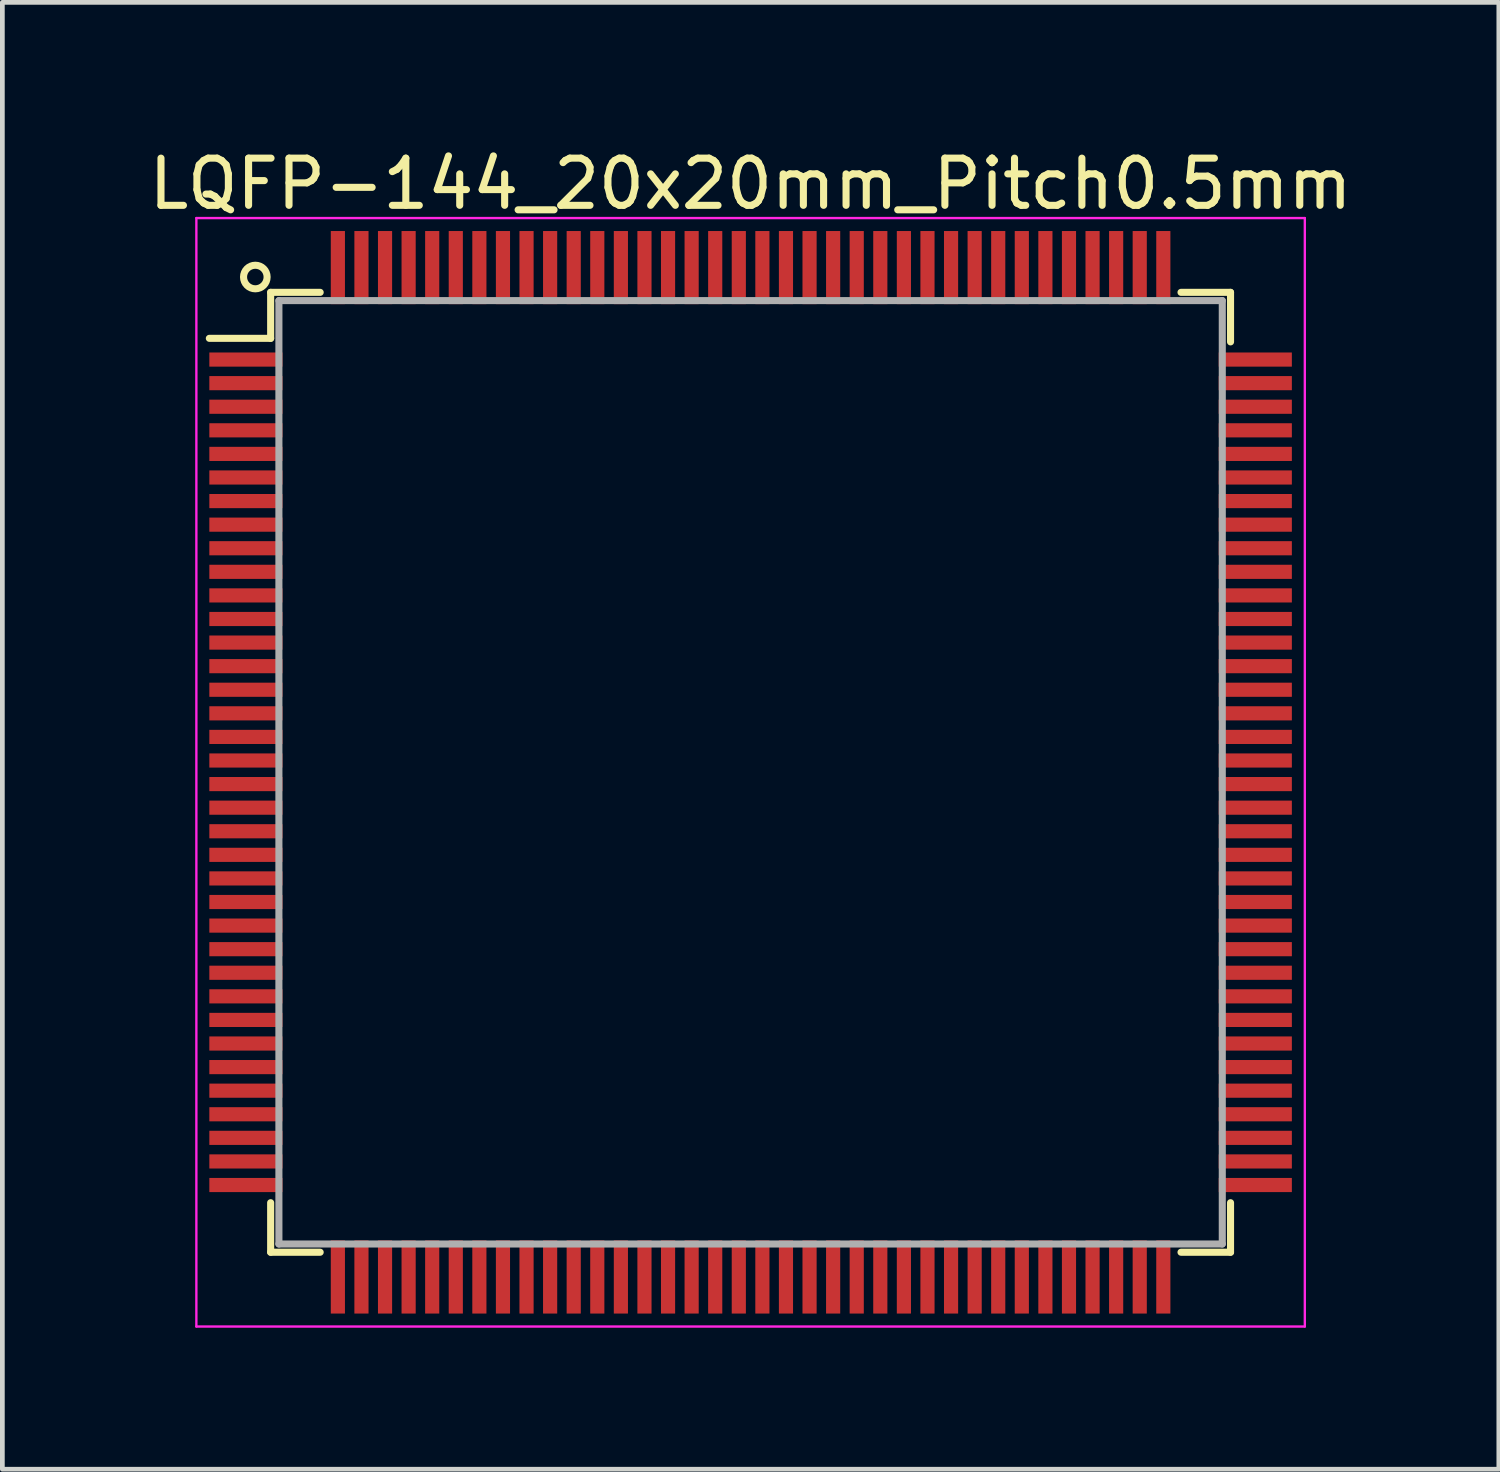
<source format=kicad_pcb>
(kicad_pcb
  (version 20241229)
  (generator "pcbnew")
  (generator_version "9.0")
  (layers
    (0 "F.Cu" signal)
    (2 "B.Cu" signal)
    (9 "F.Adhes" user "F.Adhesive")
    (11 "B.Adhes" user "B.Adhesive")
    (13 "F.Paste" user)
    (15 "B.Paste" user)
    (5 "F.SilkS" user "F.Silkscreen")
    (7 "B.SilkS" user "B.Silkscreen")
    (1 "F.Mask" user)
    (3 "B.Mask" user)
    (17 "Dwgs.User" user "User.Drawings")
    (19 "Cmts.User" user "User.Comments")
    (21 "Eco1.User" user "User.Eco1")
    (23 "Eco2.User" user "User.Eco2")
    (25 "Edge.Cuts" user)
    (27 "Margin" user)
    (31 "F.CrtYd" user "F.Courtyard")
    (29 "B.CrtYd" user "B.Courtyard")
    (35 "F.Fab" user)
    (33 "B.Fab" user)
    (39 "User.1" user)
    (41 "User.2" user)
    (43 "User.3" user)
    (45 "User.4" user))
  (footprint "LQFP-144_20x20mm_Pitch0.5mm"
    (layer "F.Cu")
    (at 12.863 13.323)
    (property "Reference" "LQFP-144_20x20mm_Pitch0.5mm" (at 0 -12.475 0) (layer "F.SilkS") (effects (font (size 1 1) (thickness 0.15))))
    (attr smd)
    (fp_line (start -10.175 -10.175) (end -10.175 -9.2) (stroke (width 0.15) (type solid)) (layer "F.SilkS"))
    (fp_line (start -10.175 -10.175) (end -9.125 -10.175) (stroke (width 0.15) (type solid)) (layer "F.SilkS"))
    (fp_line (start -10.175 -9.2) (end -11.475 -9.2) (stroke (width 0.15) (type solid)) (layer "F.SilkS"))
    (fp_line (start -10.175 10.175) (end -10.175 9.125) (stroke (width 0.15) (type solid)) (layer "F.SilkS"))
    (fp_line (start -10.175 10.175) (end -9.125 10.175) (stroke (width 0.15) (type solid)) (layer "F.SilkS"))
    (fp_line (start 10.175 -10.175) (end 9.125 -10.175) (stroke (width 0.15) (type solid)) (layer "F.SilkS"))
    (fp_line (start 10.175 -10.175) (end 10.175 -9.125) (stroke (width 0.15) (type solid)) (layer "F.SilkS"))
    (fp_line (start 10.175 10.175) (end 9.125 10.175) (stroke (width 0.15) (type solid)) (layer "F.SilkS"))
    (fp_line (start 10.175 10.175) (end 10.175 9.125) (stroke (width 0.15) (type solid)) (layer "F.SilkS"))
    (fp_circle (center -10.5 -10.5) (end -10.25 -10.5) (stroke (width 0.15) (type solid)) (fill no) (layer "F.SilkS"))
    (fp_line (start -11.75 -11.75) (end -11.75 11.75) (stroke (width 0.05) (type solid)) (layer "F.CrtYd"))
    (fp_line (start -11.75 -11.75) (end 11.75 -11.75) (stroke (width 0.05) (type solid)) (layer "F.CrtYd"))
    (fp_line (start -11.75 11.75) (end 11.75 11.75) (stroke (width 0.05) (type solid)) (layer "F.CrtYd"))
    (fp_line (start 11.75 -11.75) (end 11.75 11.75) (stroke (width 0.05) (type solid)) (layer "F.CrtYd"))
    (fp_line (start -10 -10) (end 10 -10) (stroke (width 0.15) (type solid)) (layer "F.Fab"))
    (fp_line (start -10 10) (end -10 -10) (stroke (width 0.15) (type solid)) (layer "F.Fab"))
    (fp_line (start 10 -10) (end 10 10) (stroke (width 0.15) (type solid)) (layer "F.Fab"))
    (fp_line (start 10 10) (end -10 10) (stroke (width 0.15) (type solid)) (layer "F.Fab"))
    (pad "1" smd rect (at -10.7 -8.75) (size 1.55 0.3) (layers "F.Cu" "F.Mask" "F.Paste"))
    (pad "2" smd rect (at -10.7 -8.25) (size 1.55 0.3) (layers "F.Cu" "F.Mask" "F.Paste"))
    (pad "3" smd rect (at -10.7 -7.75) (size 1.55 0.3) (layers "F.Cu" "F.Mask" "F.Paste"))
    (pad "4" smd rect (at -10.7 -7.25) (size 1.55 0.3) (layers "F.Cu" "F.Mask" "F.Paste"))
    (pad "5" smd rect (at -10.7 -6.75) (size 1.55 0.3) (layers "F.Cu" "F.Mask" "F.Paste"))
    (pad "6" smd rect (at -10.7 -6.25) (size 1.55 0.3) (layers "F.Cu" "F.Mask" "F.Paste"))
    (pad "7" smd rect (at -10.7 -5.75) (size 1.55 0.3) (layers "F.Cu" "F.Mask" "F.Paste"))
    (pad "8" smd rect (at -10.7 -5.25) (size 1.55 0.3) (layers "F.Cu" "F.Mask" "F.Paste"))
    (pad "9" smd rect (at -10.7 -4.75) (size 1.55 0.3) (layers "F.Cu" "F.Mask" "F.Paste"))
    (pad "10" smd rect (at -10.7 -4.25) (size 1.55 0.3) (layers "F.Cu" "F.Mask" "F.Paste"))
    (pad "11" smd rect (at -10.7 -3.75) (size 1.55 0.3) (layers "F.Cu" "F.Mask" "F.Paste"))
    (pad "12" smd rect (at -10.7 -3.25) (size 1.55 0.3) (layers "F.Cu" "F.Mask" "F.Paste"))
    (pad "13" smd rect (at -10.7 -2.75) (size 1.55 0.3) (layers "F.Cu" "F.Mask" "F.Paste"))
    (pad "14" smd rect (at -10.7 -2.25) (size 1.55 0.3) (layers "F.Cu" "F.Mask" "F.Paste"))
    (pad "15" smd rect (at -10.7 -1.75) (size 1.55 0.3) (layers "F.Cu" "F.Mask" "F.Paste"))
    (pad "16" smd rect (at -10.7 -1.25) (size 1.55 0.3) (layers "F.Cu" "F.Mask" "F.Paste"))
    (pad "17" smd rect (at -10.7 -0.75) (size 1.55 0.3) (layers "F.Cu" "F.Mask" "F.Paste"))
    (pad "18" smd rect (at -10.7 -0.25) (size 1.55 0.3) (layers "F.Cu" "F.Mask" "F.Paste"))
    (pad "19" smd rect (at -10.7 0.25) (size 1.55 0.3) (layers "F.Cu" "F.Mask" "F.Paste"))
    (pad "20" smd rect (at -10.7 0.75) (size 1.55 0.3) (layers "F.Cu" "F.Mask" "F.Paste"))
    (pad "21" smd rect (at -10.7 1.25) (size 1.55 0.3) (layers "F.Cu" "F.Mask" "F.Paste"))
    (pad "22" smd rect (at -10.7 1.75) (size 1.55 0.3) (layers "F.Cu" "F.Mask" "F.Paste"))
    (pad "23" smd rect (at -10.7 2.25) (size 1.55 0.3) (layers "F.Cu" "F.Mask" "F.Paste"))
    (pad "24" smd rect (at -10.7 2.75) (size 1.55 0.3) (layers "F.Cu" "F.Mask" "F.Paste"))
    (pad "25" smd rect (at -10.7 3.25) (size 1.55 0.3) (layers "F.Cu" "F.Mask" "F.Paste"))
    (pad "26" smd rect (at -10.7 3.75) (size 1.55 0.3) (layers "F.Cu" "F.Mask" "F.Paste"))
    (pad "27" smd rect (at -10.7 4.25) (size 1.55 0.3) (layers "F.Cu" "F.Mask" "F.Paste"))
    (pad "28" smd rect (at -10.7 4.75) (size 1.55 0.3) (layers "F.Cu" "F.Mask" "F.Paste"))
    (pad "29" smd rect (at -10.7 5.25) (size 1.55 0.3) (layers "F.Cu" "F.Mask" "F.Paste"))
    (pad "30" smd rect (at -10.7 5.75) (size 1.55 0.3) (layers "F.Cu" "F.Mask" "F.Paste"))
    (pad "31" smd rect (at -10.7 6.25) (size 1.55 0.3) (layers "F.Cu" "F.Mask" "F.Paste"))
    (pad "32" smd rect (at -10.7 6.75) (size 1.55 0.3) (layers "F.Cu" "F.Mask" "F.Paste"))
    (pad "33" smd rect (at -10.7 7.25) (size 1.55 0.3) (layers "F.Cu" "F.Mask" "F.Paste"))
    (pad "34" smd rect (at -10.7 7.75) (size 1.55 0.3) (layers "F.Cu" "F.Mask" "F.Paste"))
    (pad "35" smd rect (at -10.7 8.25) (size 1.55 0.3) (layers "F.Cu" "F.Mask" "F.Paste"))
    (pad "36" smd rect (at -10.7 8.75) (size 1.55 0.3) (layers "F.Cu" "F.Mask" "F.Paste"))
    (pad "37" smd rect (at -8.75 10.7 90) (size 1.55 0.3) (layers "F.Cu" "F.Mask" "F.Paste"))
    (pad "38" smd rect (at -8.25 10.7 90) (size 1.55 0.3) (layers "F.Cu" "F.Mask" "F.Paste"))
    (pad "39" smd rect (at -7.75 10.7 90) (size 1.55 0.3) (layers "F.Cu" "F.Mask" "F.Paste"))
    (pad "40" smd rect (at -7.25 10.7 90) (size 1.55 0.3) (layers "F.Cu" "F.Mask" "F.Paste"))
    (pad "41" smd rect (at -6.75 10.7 90) (size 1.55 0.3) (layers "F.Cu" "F.Mask" "F.Paste"))
    (pad "42" smd rect (at -6.25 10.7 90) (size 1.55 0.3) (layers "F.Cu" "F.Mask" "F.Paste"))
    (pad "43" smd rect (at -5.75 10.7 90) (size 1.55 0.3) (layers "F.Cu" "F.Mask" "F.Paste"))
    (pad "44" smd rect (at -5.25 10.7 90) (size 1.55 0.3) (layers "F.Cu" "F.Mask" "F.Paste"))
    (pad "45" smd rect (at -4.75 10.7 90) (size 1.55 0.3) (layers "F.Cu" "F.Mask" "F.Paste"))
    (pad "46" smd rect (at -4.25 10.7 90) (size 1.55 0.3) (layers "F.Cu" "F.Mask" "F.Paste"))
    (pad "47" smd rect (at -3.75 10.7 90) (size 1.55 0.3) (layers "F.Cu" "F.Mask" "F.Paste"))
    (pad "48" smd rect (at -3.25 10.7 90) (size 1.55 0.3) (layers "F.Cu" "F.Mask" "F.Paste"))
    (pad "49" smd rect (at -2.75 10.7 90) (size 1.55 0.3) (layers "F.Cu" "F.Mask" "F.Paste"))
    (pad "50" smd rect (at -2.25 10.7 90) (size 1.55 0.3) (layers "F.Cu" "F.Mask" "F.Paste"))
    (pad "51" smd rect (at -1.75 10.7 90) (size 1.55 0.3) (layers "F.Cu" "F.Mask" "F.Paste"))
    (pad "52" smd rect (at -1.25 10.7 90) (size 1.55 0.3) (layers "F.Cu" "F.Mask" "F.Paste"))
    (pad "53" smd rect (at -0.75 10.7 90) (size 1.55 0.3) (layers "F.Cu" "F.Mask" "F.Paste"))
    (pad "54" smd rect (at -0.25 10.7 90) (size 1.55 0.3) (layers "F.Cu" "F.Mask" "F.Paste"))
    (pad "55" smd rect (at 0.25 10.7 90) (size 1.55 0.3) (layers "F.Cu" "F.Mask" "F.Paste"))
    (pad "56" smd rect (at 0.75 10.7 90) (size 1.55 0.3) (layers "F.Cu" "F.Mask" "F.Paste"))
    (pad "57" smd rect (at 1.25 10.7 90) (size 1.55 0.3) (layers "F.Cu" "F.Mask" "F.Paste"))
    (pad "58" smd rect (at 1.75 10.7 90) (size 1.55 0.3) (layers "F.Cu" "F.Mask" "F.Paste"))
    (pad "59" smd rect (at 2.25 10.7 90) (size 1.55 0.3) (layers "F.Cu" "F.Mask" "F.Paste"))
    (pad "60" smd rect (at 2.75 10.7 90) (size 1.55 0.3) (layers "F.Cu" "F.Mask" "F.Paste"))
    (pad "61" smd rect (at 3.25 10.7 90) (size 1.55 0.3) (layers "F.Cu" "F.Mask" "F.Paste"))
    (pad "62" smd rect (at 3.75 10.7 90) (size 1.55 0.3) (layers "F.Cu" "F.Mask" "F.Paste"))
    (pad "63" smd rect (at 4.25 10.7 90) (size 1.55 0.3) (layers "F.Cu" "F.Mask" "F.Paste"))
    (pad "64" smd rect (at 4.75 10.7 90) (size 1.55 0.3) (layers "F.Cu" "F.Mask" "F.Paste"))
    (pad "65" smd rect (at 5.25 10.7 90) (size 1.55 0.3) (layers "F.Cu" "F.Mask" "F.Paste"))
    (pad "66" smd rect (at 5.75 10.7 90) (size 1.55 0.3) (layers "F.Cu" "F.Mask" "F.Paste"))
    (pad "67" smd rect (at 6.25 10.7 90) (size 1.55 0.3) (layers "F.Cu" "F.Mask" "F.Paste"))
    (pad "68" smd rect (at 6.75 10.7 90) (size 1.55 0.3) (layers "F.Cu" "F.Mask" "F.Paste"))
    (pad "69" smd rect (at 7.25 10.7 90) (size 1.55 0.3) (layers "F.Cu" "F.Mask" "F.Paste"))
    (pad "70" smd rect (at 7.75 10.7 90) (size 1.55 0.3) (layers "F.Cu" "F.Mask" "F.Paste"))
    (pad "71" smd rect (at 8.25 10.7 90) (size 1.55 0.3) (layers "F.Cu" "F.Mask" "F.Paste"))
    (pad "72" smd rect (at 8.75 10.7 90) (size 1.55 0.3) (layers "F.Cu" "F.Mask" "F.Paste"))
    (pad "73" smd rect (at 10.7 8.75) (size 1.55 0.3) (layers "F.Cu" "F.Mask" "F.Paste"))
    (pad "74" smd rect (at 10.7 8.25) (size 1.55 0.3) (layers "F.Cu" "F.Mask" "F.Paste"))
    (pad "75" smd rect (at 10.7 7.75) (size 1.55 0.3) (layers "F.Cu" "F.Mask" "F.Paste"))
    (pad "76" smd rect (at 10.7 7.25) (size 1.55 0.3) (layers "F.Cu" "F.Mask" "F.Paste"))
    (pad "77" smd rect (at 10.7 6.75) (size 1.55 0.3) (layers "F.Cu" "F.Mask" "F.Paste"))
    (pad "78" smd rect (at 10.7 6.25) (size 1.55 0.3) (layers "F.Cu" "F.Mask" "F.Paste"))
    (pad "79" smd rect (at 10.7 5.75) (size 1.55 0.3) (layers "F.Cu" "F.Mask" "F.Paste"))
    (pad "80" smd rect (at 10.7 5.25) (size 1.55 0.3) (layers "F.Cu" "F.Mask" "F.Paste"))
    (pad "81" smd rect (at 10.7 4.75) (size 1.55 0.3) (layers "F.Cu" "F.Mask" "F.Paste"))
    (pad "82" smd rect (at 10.7 4.25) (size 1.55 0.3) (layers "F.Cu" "F.Mask" "F.Paste"))
    (pad "83" smd rect (at 10.7 3.75) (size 1.55 0.3) (layers "F.Cu" "F.Mask" "F.Paste"))
    (pad "84" smd rect (at 10.7 3.25) (size 1.55 0.3) (layers "F.Cu" "F.Mask" "F.Paste"))
    (pad "85" smd rect (at 10.7 2.75) (size 1.55 0.3) (layers "F.Cu" "F.Mask" "F.Paste"))
    (pad "86" smd rect (at 10.7 2.25) (size 1.55 0.3) (layers "F.Cu" "F.Mask" "F.Paste"))
    (pad "87" smd rect (at 10.7 1.75) (size 1.55 0.3) (layers "F.Cu" "F.Mask" "F.Paste"))
    (pad "88" smd rect (at 10.7 1.25) (size 1.55 0.3) (layers "F.Cu" "F.Mask" "F.Paste"))
    (pad "89" smd rect (at 10.7 0.75) (size 1.55 0.3) (layers "F.Cu" "F.Mask" "F.Paste"))
    (pad "90" smd rect (at 10.7 0.25) (size 1.55 0.3) (layers "F.Cu" "F.Mask" "F.Paste"))
    (pad "91" smd rect (at 10.7 -0.25) (size 1.55 0.3) (layers "F.Cu" "F.Mask" "F.Paste"))
    (pad "92" smd rect (at 10.7 -0.75) (size 1.55 0.3) (layers "F.Cu" "F.Mask" "F.Paste"))
    (pad "93" smd rect (at 10.7 -1.25) (size 1.55 0.3) (layers "F.Cu" "F.Mask" "F.Paste"))
    (pad "94" smd rect (at 10.7 -1.75) (size 1.55 0.3) (layers "F.Cu" "F.Mask" "F.Paste"))
    (pad "95" smd rect (at 10.7 -2.25) (size 1.55 0.3) (layers "F.Cu" "F.Mask" "F.Paste"))
    (pad "96" smd rect (at 10.7 -2.75) (size 1.55 0.3) (layers "F.Cu" "F.Mask" "F.Paste"))
    (pad "97" smd rect (at 10.7 -3.25) (size 1.55 0.3) (layers "F.Cu" "F.Mask" "F.Paste"))
    (pad "98" smd rect (at 10.7 -3.75) (size 1.55 0.3) (layers "F.Cu" "F.Mask" "F.Paste"))
    (pad "99" smd rect (at 10.7 -4.25) (size 1.55 0.3) (layers "F.Cu" "F.Mask" "F.Paste"))
    (pad "100" smd rect (at 10.7 -4.75) (size 1.55 0.3) (layers "F.Cu" "F.Mask" "F.Paste"))
    (pad "101" smd rect (at 10.7 -5.25) (size 1.55 0.3) (layers "F.Cu" "F.Mask" "F.Paste"))
    (pad "102" smd rect (at 10.7 -5.75) (size 1.55 0.3) (layers "F.Cu" "F.Mask" "F.Paste"))
    (pad "103" smd rect (at 10.7 -6.25) (size 1.55 0.3) (layers "F.Cu" "F.Mask" "F.Paste"))
    (pad "104" smd rect (at 10.7 -6.75) (size 1.55 0.3) (layers "F.Cu" "F.Mask" "F.Paste"))
    (pad "105" smd rect (at 10.7 -7.25) (size 1.55 0.3) (layers "F.Cu" "F.Mask" "F.Paste"))
    (pad "106" smd rect (at 10.7 -7.75) (size 1.55 0.3) (layers "F.Cu" "F.Mask" "F.Paste"))
    (pad "107" smd rect (at 10.7 -8.25) (size 1.55 0.3) (layers "F.Cu" "F.Mask" "F.Paste"))
    (pad "108" smd rect (at 10.7 -8.75) (size 1.55 0.3) (layers "F.Cu" "F.Mask" "F.Paste"))
    (pad "109" smd rect (at 8.75 -10.7 90) (size 1.55 0.3) (layers "F.Cu" "F.Mask" "F.Paste"))
    (pad "110" smd rect (at 8.25 -10.7 90) (size 1.55 0.3) (layers "F.Cu" "F.Mask" "F.Paste"))
    (pad "111" smd rect (at 7.75 -10.7 90) (size 1.55 0.3) (layers "F.Cu" "F.Mask" "F.Paste"))
    (pad "112" smd rect (at 7.25 -10.7 90) (size 1.55 0.3) (layers "F.Cu" "F.Mask" "F.Paste"))
    (pad "113" smd rect (at 6.75 -10.7 90) (size 1.55 0.3) (layers "F.Cu" "F.Mask" "F.Paste"))
    (pad "114" smd rect (at 6.25 -10.7 90) (size 1.55 0.3) (layers "F.Cu" "F.Mask" "F.Paste"))
    (pad "115" smd rect (at 5.75 -10.7 90) (size 1.55 0.3) (layers "F.Cu" "F.Mask" "F.Paste"))
    (pad "116" smd rect (at 5.25 -10.7 90) (size 1.55 0.3) (layers "F.Cu" "F.Mask" "F.Paste"))
    (pad "117" smd rect (at 4.75 -10.7 90) (size 1.55 0.3) (layers "F.Cu" "F.Mask" "F.Paste"))
    (pad "118" smd rect (at 4.25 -10.7 90) (size 1.55 0.3) (layers "F.Cu" "F.Mask" "F.Paste"))
    (pad "119" smd rect (at 3.75 -10.7 90) (size 1.55 0.3) (layers "F.Cu" "F.Mask" "F.Paste"))
    (pad "120" smd rect (at 3.25 -10.7 90) (size 1.55 0.3) (layers "F.Cu" "F.Mask" "F.Paste"))
    (pad "121" smd rect (at 2.75 -10.7 90) (size 1.55 0.3) (layers "F.Cu" "F.Mask" "F.Paste"))
    (pad "122" smd rect (at 2.25 -10.7 90) (size 1.55 0.3) (layers "F.Cu" "F.Mask" "F.Paste"))
    (pad "123" smd rect (at 1.75 -10.7 90) (size 1.55 0.3) (layers "F.Cu" "F.Mask" "F.Paste"))
    (pad "124" smd rect (at 1.25 -10.7 90) (size 1.55 0.3) (layers "F.Cu" "F.Mask" "F.Paste"))
    (pad "125" smd rect (at 0.75 -10.7 90) (size 1.55 0.3) (layers "F.Cu" "F.Mask" "F.Paste"))
    (pad "126" smd rect (at 0.25 -10.7 90) (size 1.55 0.3) (layers "F.Cu" "F.Mask" "F.Paste"))
    (pad "127" smd rect (at -0.25 -10.7 90) (size 1.55 0.3) (layers "F.Cu" "F.Mask" "F.Paste"))
    (pad "128" smd rect (at -0.75 -10.7 90) (size 1.55 0.3) (layers "F.Cu" "F.Mask" "F.Paste"))
    (pad "129" smd rect (at -1.25 -10.7 90) (size 1.55 0.3) (layers "F.Cu" "F.Mask" "F.Paste"))
    (pad "130" smd rect (at -1.75 -10.7 90) (size 1.55 0.3) (layers "F.Cu" "F.Mask" "F.Paste"))
    (pad "131" smd rect (at -2.25 -10.7 90) (size 1.55 0.3) (layers "F.Cu" "F.Mask" "F.Paste"))
    (pad "132" smd rect (at -2.75 -10.7 90) (size 1.55 0.3) (layers "F.Cu" "F.Mask" "F.Paste"))
    (pad "133" smd rect (at -3.25 -10.7 90) (size 1.55 0.3) (layers "F.Cu" "F.Mask" "F.Paste"))
    (pad "134" smd rect (at -3.75 -10.7 90) (size 1.55 0.3) (layers "F.Cu" "F.Mask" "F.Paste"))
    (pad "135" smd rect (at -4.25 -10.7 90) (size 1.55 0.3) (layers "F.Cu" "F.Mask" "F.Paste"))
    (pad "136" smd rect (at -4.75 -10.7 90) (size 1.55 0.3) (layers "F.Cu" "F.Mask" "F.Paste"))
    (pad "137" smd rect (at -5.25 -10.7 90) (size 1.55 0.3) (layers "F.Cu" "F.Mask" "F.Paste"))
    (pad "138" smd rect (at -5.75 -10.7 90) (size 1.55 0.3) (layers "F.Cu" "F.Mask" "F.Paste"))
    (pad "139" smd rect (at -6.25 -10.7 90) (size 1.55 0.3) (layers "F.Cu" "F.Mask" "F.Paste"))
    (pad "140" smd rect (at -6.75 -10.7 90) (size 1.55 0.3) (layers "F.Cu" "F.Mask" "F.Paste"))
    (pad "141" smd rect (at -7.25 -10.7 90) (size 1.55 0.3) (layers "F.Cu" "F.Mask" "F.Paste"))
    (pad "142" smd rect (at -7.75 -10.7 90) (size 1.55 0.3) (layers "F.Cu" "F.Mask" "F.Paste"))
    (pad "143" smd rect (at -8.25 -10.7 90) (size 1.55 0.3) (layers "F.Cu" "F.Mask" "F.Paste"))
    (pad "144" smd rect (at -8.75 -10.7 90) (size 1.55 0.3) (layers "F.Cu" "F.Mask" "F.Paste")))
  (gr_rect
    (start -3 -3)
    (end 28.726 28.098)
    (stroke (width 0.1) (type default))
    (fill no)
    (layer "Edge.Cuts")))
</source>
